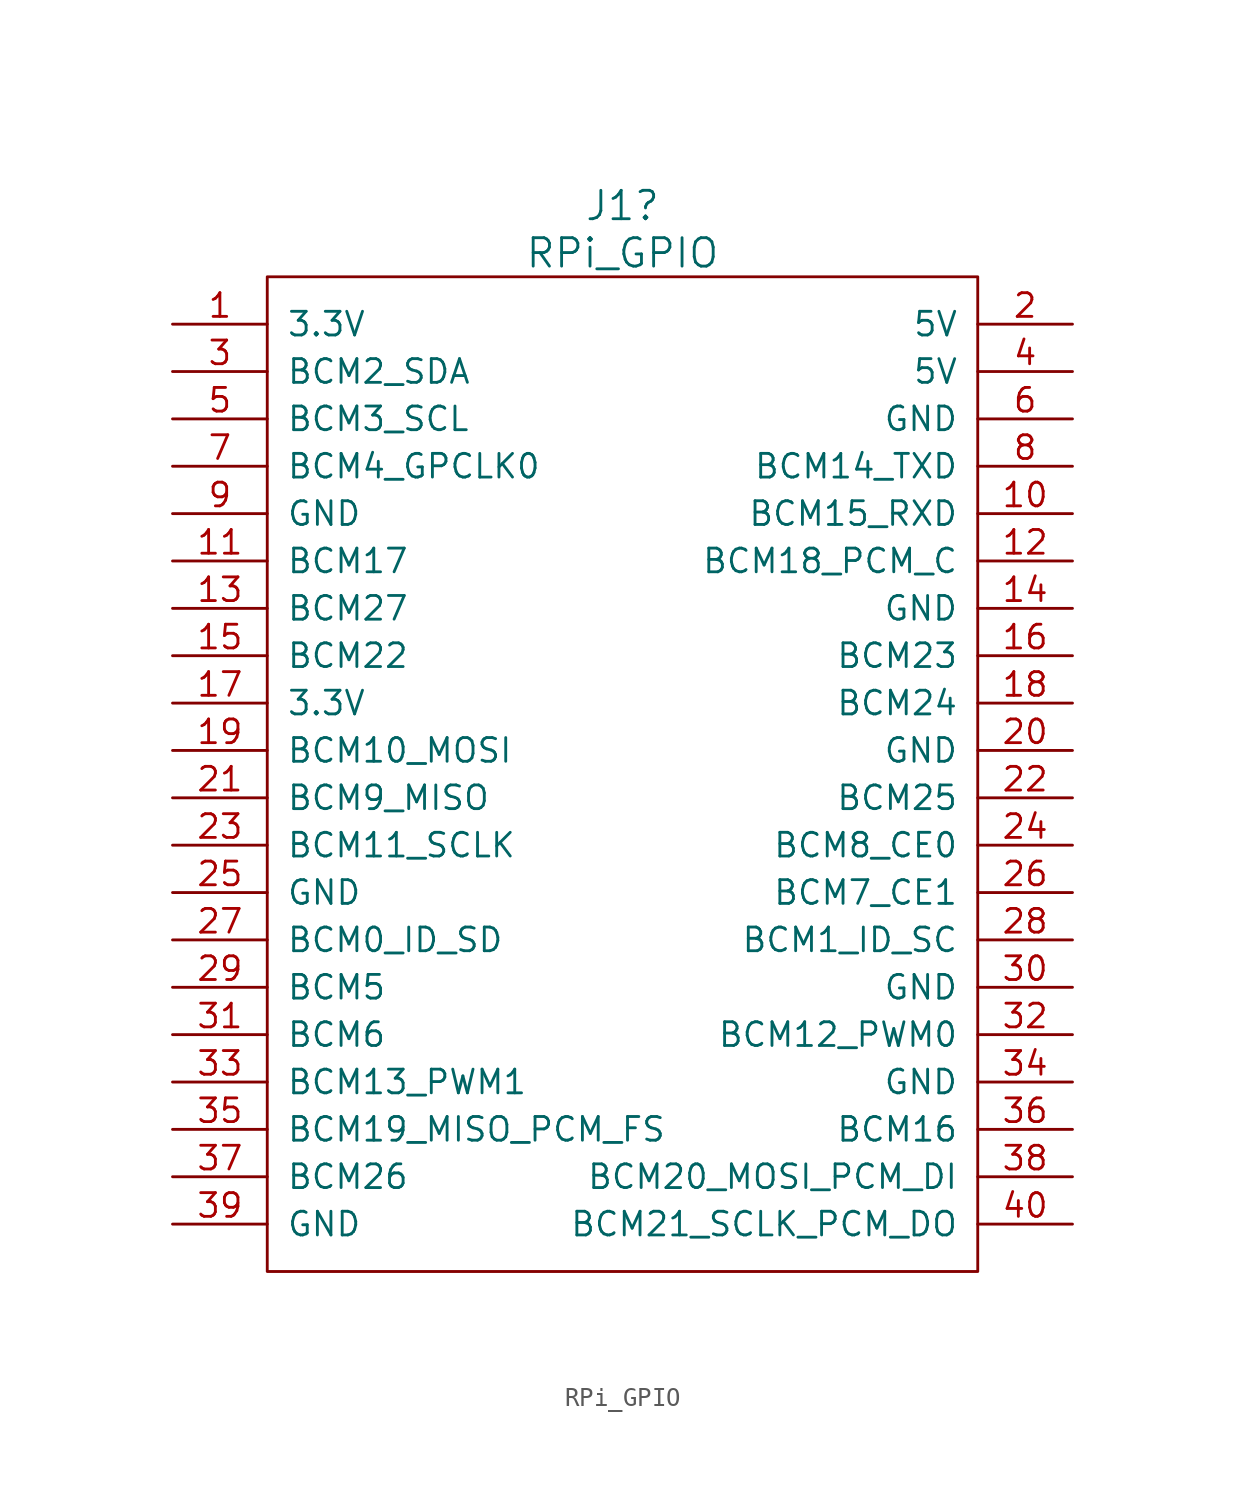
<source format=kicad_sym>
(kicad_symbol_lib
  (version 20220914)
  (generator kicad_symbol_editor)
  (symbol "RPi_GPIO"
    (pin_names
      (offset 1.016))
    (property "Reference" "J1"
      (at 19.05 6.35 0)
      (effects (font (size 1.524 1.524))))
    (property "Value" "RPi_GPIO"
      (at 19.05 3.81 0)
      (effects (font (size 1.524 1.524))))
    (property "Datasheet" ""
      (at 0 0 0)
      (effects (font (size 1.524 1.524))))
    (symbol "RPi_GPIO_0_1"
      (rectangle (start 0 2.54) (end 38.1 -50.8) (stroke (width 0) (type solid)) (fill (type none))))
    (symbol "RPi_GPIO_1_1"
      (pin power_in line (at -5.08 0 0) (length 5.08) (name "3.3V" (effects (font (size 1.27 1.27)))) (number "1" (effects (font (size 1.27 1.27)))))
      (pin bidirectional line (at 43.18 -10.16 180) (length 5.08) (name "BCM15_RXD" (effects (font (size 1.27 1.27)))) (number "10" (effects (font (size 1.27 1.27)))))
      (pin bidirectional line (at -5.08 -12.7 0) (length 5.08) (name "BCM17" (effects (font (size 1.27 1.27)))) (number "11" (effects (font (size 1.27 1.27)))))
      (pin bidirectional line (at 43.18 -12.7 180) (length 5.08) (name "BCM18_PCM_C" (effects (font (size 1.27 1.27)))) (number "12" (effects (font (size 1.27 1.27)))))
      (pin bidirectional line (at -5.08 -15.24 0) (length 5.08) (name "BCM27" (effects (font (size 1.27 1.27)))) (number "13" (effects (font (size 1.27 1.27)))))
      (pin power_in line (at 43.18 -15.24 180) (length 5.08) (name "GND" (effects (font (size 1.27 1.27)))) (number "14" (effects (font (size 1.27 1.27)))))
      (pin bidirectional line (at -5.08 -17.78 0) (length 5.08) (name "BCM22" (effects (font (size 1.27 1.27)))) (number "15" (effects (font (size 1.27 1.27)))))
      (pin bidirectional line (at 43.18 -17.78 180) (length 5.08) (name "BCM23" (effects (font (size 1.27 1.27)))) (number "16" (effects (font (size 1.27 1.27)))))
      (pin power_in line (at -5.08 -20.32 0) (length 5.08) (name "3.3V" (effects (font (size 1.27 1.27)))) (number "17" (effects (font (size 1.27 1.27)))))
      (pin bidirectional line (at 43.18 -20.32 180) (length 5.08) (name "BCM24" (effects (font (size 1.27 1.27)))) (number "18" (effects (font (size 1.27 1.27)))))
      (pin bidirectional line (at -5.08 -22.86 0) (length 5.08) (name "BCM10_MOSI" (effects (font (size 1.27 1.27)))) (number "19" (effects (font (size 1.27 1.27)))))
      (pin power_in line (at 43.18 0 180) (length 5.08) (name "5V" (effects (font (size 1.27 1.27)))) (number "2" (effects (font (size 1.27 1.27)))))
      (pin power_in line (at 43.18 -22.86 180) (length 5.08) (name "GND" (effects (font (size 1.27 1.27)))) (number "20" (effects (font (size 1.27 1.27)))))
      (pin bidirectional line (at -5.08 -25.4 0) (length 5.08) (name "BCM9_MISO" (effects (font (size 1.27 1.27)))) (number "21" (effects (font (size 1.27 1.27)))))
      (pin bidirectional line (at 43.18 -25.4 180) (length 5.08) (name "BCM25" (effects (font (size 1.27 1.27)))) (number "22" (effects (font (size 1.27 1.27)))))
      (pin bidirectional line (at -5.08 -27.94 0) (length 5.08) (name "BCM11_SCLK" (effects (font (size 1.27 1.27)))) (number "23" (effects (font (size 1.27 1.27)))))
      (pin bidirectional line (at 43.18 -27.94 180) (length 5.08) (name "BCM8_CE0" (effects (font (size 1.27 1.27)))) (number "24" (effects (font (size 1.27 1.27)))))
      (pin power_in line (at -5.08 -30.48 0) (length 5.08) (name "GND" (effects (font (size 1.27 1.27)))) (number "25" (effects (font (size 1.27 1.27)))))
      (pin bidirectional line (at 43.18 -30.48 180) (length 5.08) (name "BCM7_CE1" (effects (font (size 1.27 1.27)))) (number "26" (effects (font (size 1.27 1.27)))))
      (pin bidirectional line (at -5.08 -33.02 0) (length 5.08) (name "BCM0_ID_SD" (effects (font (size 1.27 1.27)))) (number "27" (effects (font (size 1.27 1.27)))))
      (pin bidirectional line (at 43.18 -33.02 180) (length 5.08) (name "BCM1_ID_SC" (effects (font (size 1.27 1.27)))) (number "28" (effects (font (size 1.27 1.27)))))
      (pin bidirectional line (at -5.08 -35.56 0) (length 5.08) (name "BCM5" (effects (font (size 1.27 1.27)))) (number "29" (effects (font (size 1.27 1.27)))))
      (pin bidirectional line (at -5.08 -2.54 0) (length 5.08) (name "BCM2_SDA" (effects (font (size 1.27 1.27)))) (number "3" (effects (font (size 1.27 1.27)))))
      (pin power_in line (at 43.18 -35.56 180) (length 5.08) (name "GND" (effects (font (size 1.27 1.27)))) (number "30" (effects (font (size 1.27 1.27)))))
      (pin bidirectional line (at -5.08 -38.1 0) (length 5.08) (name "BCM6" (effects (font (size 1.27 1.27)))) (number "31" (effects (font (size 1.27 1.27)))))
      (pin bidirectional line (at 43.18 -38.1 180) (length 5.08) (name "BCM12_PWM0" (effects (font (size 1.27 1.27)))) (number "32" (effects (font (size 1.27 1.27)))))
      (pin bidirectional line (at -5.08 -40.64 0) (length 5.08) (name "BCM13_PWM1" (effects (font (size 1.27 1.27)))) (number "33" (effects (font (size 1.27 1.27)))))
      (pin power_in line (at 43.18 -40.64 180) (length 5.08) (name "GND" (effects (font (size 1.27 1.27)))) (number "34" (effects (font (size 1.27 1.27)))))
      (pin bidirectional line (at -5.08 -43.18 0) (length 5.08) (name "BCM19_MISO_PCM_FS" (effects (font (size 1.27 1.27)))) (number "35" (effects (font (size 1.27 1.27)))))
      (pin bidirectional line (at 43.18 -43.18 180) (length 5.08) (name "BCM16" (effects (font (size 1.27 1.27)))) (number "36" (effects (font (size 1.27 1.27)))))
      (pin bidirectional line (at -5.08 -45.72 0) (length 5.08) (name "BCM26" (effects (font (size 1.27 1.27)))) (number "37" (effects (font (size 1.27 1.27)))))
      (pin bidirectional line (at 43.18 -45.72 180) (length 5.08) (name "BCM20_MOSI_PCM_DI" (effects (font (size 1.27 1.27)))) (number "38" (effects (font (size 1.27 1.27)))))
      (pin power_in line (at -5.08 -48.26 0) (length 5.08) (name "GND" (effects (font (size 1.27 1.27)))) (number "39" (effects (font (size 1.27 1.27)))))
      (pin power_in line (at 43.18 -2.54 180) (length 5.08) (name "5V" (effects (font (size 1.27 1.27)))) (number "4" (effects (font (size 1.27 1.27)))))
      (pin bidirectional line (at 43.18 -48.26 180) (length 5.08) (name "BCM21_SCLK_PCM_DO" (effects (font (size 1.27 1.27)))) (number "40" (effects (font (size 1.27 1.27)))))
      (pin bidirectional line (at -5.08 -5.08 0) (length 5.08) (name "BCM3_SCL" (effects (font (size 1.27 1.27)))) (number "5" (effects (font (size 1.27 1.27)))))
      (pin power_in line (at 43.18 -5.08 180) (length 5.08) (name "GND" (effects (font (size 1.27 1.27)))) (number "6" (effects (font (size 1.27 1.27)))))
      (pin bidirectional line (at -5.08 -7.62 0) (length 5.08) (name "BCM4_GPCLK0" (effects (font (size 1.27 1.27)))) (number "7" (effects (font (size 1.27 1.27)))))
      (pin bidirectional line (at 43.18 -7.62 180) (length 5.08) (name "BCM14_TXD" (effects (font (size 1.27 1.27)))) (number "8" (effects (font (size 1.27 1.27)))))
      (pin power_in line (at -5.08 -10.16 0) (length 5.08) (name "GND" (effects (font (size 1.27 1.27)))) (number "9" (effects (font (size 1.27 1.27))))))))
</source>
